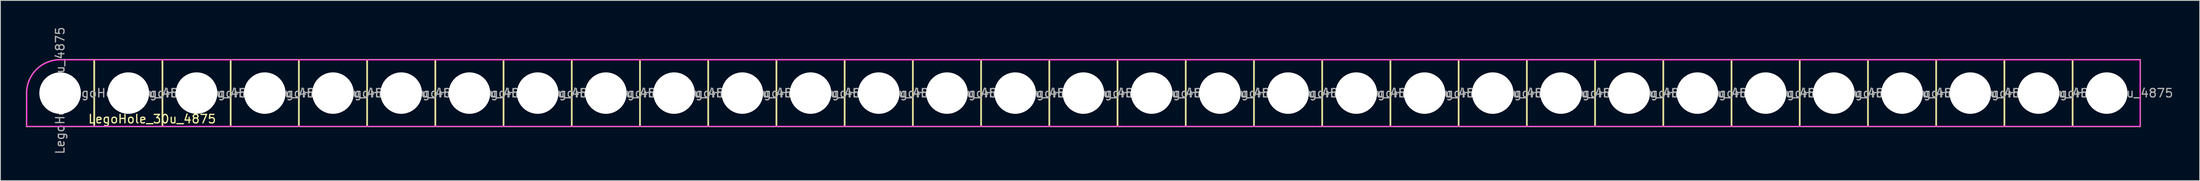
<source format=kicad_pcb>
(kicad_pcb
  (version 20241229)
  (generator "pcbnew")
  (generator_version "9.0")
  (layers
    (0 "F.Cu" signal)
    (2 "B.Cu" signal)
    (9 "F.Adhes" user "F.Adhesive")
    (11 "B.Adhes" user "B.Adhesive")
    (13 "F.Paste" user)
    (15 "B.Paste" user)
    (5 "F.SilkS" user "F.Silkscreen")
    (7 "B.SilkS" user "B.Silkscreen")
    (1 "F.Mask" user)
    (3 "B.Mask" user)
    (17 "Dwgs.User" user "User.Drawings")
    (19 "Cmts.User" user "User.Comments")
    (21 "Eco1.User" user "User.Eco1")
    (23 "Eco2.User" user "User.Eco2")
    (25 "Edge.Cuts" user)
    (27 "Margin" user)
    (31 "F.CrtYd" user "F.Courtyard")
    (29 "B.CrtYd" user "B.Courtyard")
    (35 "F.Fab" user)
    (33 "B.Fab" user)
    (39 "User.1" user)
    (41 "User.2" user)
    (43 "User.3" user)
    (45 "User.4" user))
  (footprint "LegoHole_30u_4875"
    (layer "F.Cu")
    (at 12 7.901)
    (property "Reference" "LegoHole_30u_4875" (at 2.794 3.048 0) (layer "F.SilkS") (effects (font (size 1 1) (thickness 0.15))))
    (attr exclude_from_pos_files exclude_from_bom)
    (fp_line (start -11.95 0) (end -11.95 3.95) (stroke (width 0.1) (type solid)) (layer "F.SilkS"))
    (fp_line (start -11.95 3.95) (end -4.05 3.95) (stroke (width 0.1) (type solid)) (layer "F.SilkS"))
    (fp_line (start -8 -3.95) (end -4.05 -3.95) (stroke (width 0.1) (type solid)) (layer "F.SilkS"))
    (fp_line (start -4.05 3.95) (end -4.05 -3.95) (stroke (width 0.1) (type solid)) (layer "F.SilkS"))
    (fp_rect (start -3.95 -3.95) (end 3.95 3.95) (stroke (width 0.1) (type solid)) (fill no) (layer "F.SilkS"))
    (fp_rect (start 4.05 -3.95) (end 11.95 3.95) (stroke (width 0.1) (type solid)) (fill no) (layer "F.SilkS"))
    (fp_rect (start 12.05 -3.95) (end 19.95 3.95) (stroke (width 0.1) (type solid)) (fill no) (layer "F.SilkS"))
    (fp_rect (start 20.05 -3.95) (end 27.95 3.95) (stroke (width 0.1) (type solid)) (fill no) (layer "F.SilkS"))
    (fp_rect (start 28.05 -3.95) (end 35.95 3.95) (stroke (width 0.1) (type solid)) (fill no) (layer "F.SilkS"))
    (fp_rect (start 36.05 -3.95) (end 43.95 3.95) (stroke (width 0.1) (type solid)) (fill no) (layer "F.SilkS"))
    (fp_rect (start 44.05 -3.95) (end 51.95 3.95) (stroke (width 0.1) (type solid)) (fill no) (layer "F.SilkS"))
    (fp_rect (start 52.05 -3.95) (end 59.95 3.95) (stroke (width 0.1) (type solid)) (fill no) (layer "F.SilkS"))
    (fp_rect (start 60.05 -3.95) (end 67.95 3.95) (stroke (width 0.1) (type solid)) (fill no) (layer "F.SilkS"))
    (fp_rect (start 68.05 -3.95) (end 75.95 3.95) (stroke (width 0.1) (type solid)) (fill no) (layer "F.SilkS"))
    (fp_rect (start 76.05 -3.95) (end 83.95 3.95) (stroke (width 0.1) (type solid)) (fill no) (layer "F.SilkS"))
    (fp_rect (start 84.05 -3.95) (end 91.95 3.95) (stroke (width 0.1) (type solid)) (fill no) (layer "F.SilkS"))
    (fp_rect (start 92.05 -3.95) (end 99.95 3.95) (stroke (width 0.1) (type solid)) (fill no) (layer "F.SilkS"))
    (fp_rect (start 100.05 -3.95) (end 107.95 3.95) (stroke (width 0.1) (type solid)) (fill no) (layer "F.SilkS"))
    (fp_rect (start 108.05 -3.95) (end 115.95 3.95) (stroke (width 0.1) (type solid)) (fill no) (layer "F.SilkS"))
    (fp_rect (start 116.05 -3.95) (end 123.95 3.95) (stroke (width 0.1) (type solid)) (fill no) (layer "F.SilkS"))
    (fp_rect (start 124.05 -3.95) (end 131.95 3.95) (stroke (width 0.1) (type solid)) (fill no) (layer "F.SilkS"))
    (fp_rect (start 132.05 -3.95) (end 139.95 3.95) (stroke (width 0.1) (type solid)) (fill no) (layer "F.SilkS"))
    (fp_rect (start 140.05 -3.95) (end 147.95 3.95) (stroke (width 0.1) (type solid)) (fill no) (layer "F.SilkS"))
    (fp_rect (start 148.05 -3.95) (end 155.95 3.95) (stroke (width 0.1) (type solid)) (fill no) (layer "F.SilkS"))
    (fp_rect (start 156.05 -3.95) (end 163.95 3.95) (stroke (width 0.1) (type solid)) (fill no) (layer "F.SilkS"))
    (fp_rect (start 164.05 -3.95) (end 171.95 3.95) (stroke (width 0.1) (type solid)) (fill no) (layer "F.SilkS"))
    (fp_rect (start 172.05 -3.95) (end 179.95 3.95) (stroke (width 0.1) (type solid)) (fill no) (layer "F.SilkS"))
    (fp_rect (start 180.05 -3.95) (end 187.95 3.95) (stroke (width 0.1) (type solid)) (fill no) (layer "F.SilkS"))
    (fp_rect (start 188.05 -3.95) (end 195.95 3.95) (stroke (width 0.1) (type solid)) (fill no) (layer "F.SilkS"))
    (fp_rect (start 196.05 -3.95) (end 203.95 3.95) (stroke (width 0.1) (type solid)) (fill no) (layer "F.SilkS"))
    (fp_rect (start 204.05 -3.95) (end 211.95 3.95) (stroke (width 0.1) (type solid)) (fill no) (layer "F.SilkS"))
    (fp_rect (start 212.05 -3.95) (end 219.95 3.95) (stroke (width 0.1) (type solid)) (fill no) (layer "F.SilkS"))
    (fp_rect (start 220.05 -3.95) (end 227.95 3.95) (stroke (width 0.1) (type solid)) (fill no) (layer "F.SilkS"))
    (fp_rect (start 228.05 -3.95) (end 235.95 3.95) (stroke (width 0.1) (type solid)) (fill no) (layer "F.SilkS"))
    (fp_arc (start -11.95 0) (mid -10.793072 -2.793072) (end -8 -3.95) (stroke (width 0.1) (type solid)) (layer "F.SilkS"))
    (fp_line (start -11.9 3.9) (end -11.9 0) (stroke (width 0.12) (type solid)) (layer "F.CrtYd"))
    (fp_line (start -11.9 3.9) (end 235.9 3.9) (stroke (width 0.12) (type solid)) (layer "F.CrtYd"))
    (fp_line (start 235.9 -3.9) (end -8 -3.9) (stroke (width 0.12) (type solid)) (layer "F.CrtYd"))
    (fp_line (start 235.9 -3.9) (end 235.9 3.9) (stroke (width 0.12) (type solid)) (layer "F.CrtYd"))
    (fp_arc (start -11.9 0) (mid -10.757716 -2.757716) (end -8 -3.9) (stroke (width 0.12) (type solid)) (layer "F.CrtYd"))
    (fp_text user "${REFERENCE}" (at 112.3 0 0) (layer "F.Fab") (effects (font (size 1 1) (thickness 0.15))))
    (fp_text user "${REFERENCE}" (at 80.3 0 0) (layer "F.Fab") (effects (font (size 1 1) (thickness 0.15))))
    (fp_text user "${REFERENCE}" (at 0.3 0 0) (layer "F.Fab") (effects (font (size 1 1) (thickness 0.15))))
    (fp_text user "${REFERENCE}" (at 104.3 0 0) (layer "F.Fab") (effects (font (size 1 1) (thickness 0.15))))
    (fp_text user "${REFERENCE}" (at 192.3 0 0) (layer "F.Fab") (effects (font (size 1 1) (thickness 0.15))))
    (fp_text user "${REFERENCE}" (at 24.3 0 0) (layer "F.Fab") (effects (font (size 1 1) (thickness 0.15))))
    (fp_text user "${REFERENCE}" (at 40.3 0 0) (layer "F.Fab") (effects (font (size 1 1) (thickness 0.15))))
    (fp_text user "${REFERENCE}" (at 120.3 0 0) (layer "F.Fab") (effects (font (size 1 1) (thickness 0.15))))
    (fp_text user "${REFERENCE}" (at 232.3 0 0) (layer "F.Fab") (effects (font (size 1 1) (thickness 0.15))))
    (fp_text user "${REFERENCE}" (at 64.3 0 0) (layer "F.Fab") (effects (font (size 1 1) (thickness 0.15))))
    (fp_text user "${REFERENCE}" (at 152.3 0 0) (layer "F.Fab") (effects (font (size 1 1) (thickness 0.15))))
    (fp_text user "${REFERENCE}" (at 72.3 0 0) (layer "F.Fab") (effects (font (size 1 1) (thickness 0.15))))
    (fp_text user "${REFERENCE}" (at 224.3 0 0) (layer "F.Fab") (effects (font (size 1 1) (thickness 0.15))))
    (fp_text user "${REFERENCE}" (at 136.3 0 0) (layer "F.Fab") (effects (font (size 1 1) (thickness 0.15))))
    (fp_text user "${REFERENCE}" (at 32.3 0 0) (layer "F.Fab") (effects (font (size 1 1) (thickness 0.15))))
    (fp_text user "${REFERENCE}" (at 144.3 0 0) (layer "F.Fab") (effects (font (size 1 1) (thickness 0.15))))
    (fp_text user "${REFERENCE}" (at 16.3 0 0) (layer "F.Fab") (effects (font (size 1 1) (thickness 0.15))))
    (fp_text user "${REFERENCE}" (at 176.3 0 0) (layer "F.Fab") (effects (font (size 1 1) (thickness 0.15))))
    (fp_text user "${REFERENCE}" (at 128.3 0 0) (layer "F.Fab") (effects (font (size 1 1) (thickness 0.15))))
    (fp_text user "${REFERENCE}" (at 48.3 0 0) (layer "F.Fab") (effects (font (size 1 1) (thickness 0.15))))
    (fp_text user "${REFERENCE}" (at -8 -0.3 90) (layer "F.Fab") (effects (font (size 1 1) (thickness 0.15))))
    (fp_text user "${REFERENCE}" (at 8.3 0 0) (layer "F.Fab") (effects (font (size 1 1) (thickness 0.15))))
    (fp_text user "${REFERENCE}" (at 168.3 0 0) (layer "F.Fab") (effects (font (size 1 1) (thickness 0.15))))
    (fp_text user "${REFERENCE}" (at 56.3 0 0) (layer "F.Fab") (effects (font (size 1 1) (thickness 0.15))))
    (fp_text user "${REFERENCE}" (at 208.3 0 0) (layer "F.Fab") (effects (font (size 1 1) (thickness 0.15))))
    (fp_text user "${REFERENCE}" (at 200.3 0 0) (layer "F.Fab") (effects (font (size 1 1) (thickness 0.15))))
    (fp_text user "${REFERENCE}" (at 88.3 0 0) (layer "F.Fab") (effects (font (size 1 1) (thickness 0.15))))
    (fp_text user "${REFERENCE}" (at 160.3 0 0) (layer "F.Fab") (effects (font (size 1 1) (thickness 0.15))))
    (fp_text user "${REFERENCE}" (at 216.3 0 0) (layer "F.Fab") (effects (font (size 1 1) (thickness 0.15))))
    (fp_text user "${REFERENCE}" (at 184.3 0 0) (layer "F.Fab") (effects (font (size 1 1) (thickness 0.15))))
    (fp_text user "${REFERENCE}" (at 96.3 0 0) (layer "F.Fab") (effects (font (size 1 1) (thickness 0.15))))
    (pad "" np_thru_hole circle (at -8 0 90) (size 4.875 4.875) (drill 4.875) (layers "*.Cu" "*.Mask"))
    (pad "" np_thru_hole circle (at 0 0) (size 4.875 4.875) (drill 4.875) (layers "*.Cu" "*.Mask"))
    (pad "" np_thru_hole circle (at 8 0) (size 4.875 4.875) (drill 4.875) (layers "*.Cu" "*.Mask"))
    (pad "" np_thru_hole circle (at 16 0) (size 4.875 4.875) (drill 4.875) (layers "*.Cu" "*.Mask"))
    (pad "" np_thru_hole circle (at 24 0) (size 4.875 4.875) (drill 4.875) (layers "*.Cu" "*.Mask"))
    (pad "" np_thru_hole circle (at 32 0) (size 4.875 4.875) (drill 4.875) (layers "*.Cu" "*.Mask"))
    (pad "" np_thru_hole circle (at 40 0) (size 4.875 4.875) (drill 4.875) (layers "*.Cu" "*.Mask"))
    (pad "" np_thru_hole circle (at 48 0) (size 4.875 4.875) (drill 4.875) (layers "*.Cu" "*.Mask"))
    (pad "" np_thru_hole circle (at 56 0) (size 4.875 4.875) (drill 4.875) (layers "*.Cu" "*.Mask"))
    (pad "" np_thru_hole circle (at 64 0) (size 4.875 4.875) (drill 4.875) (layers "*.Cu" "*.Mask"))
    (pad "" np_thru_hole circle (at 72 0) (size 4.875 4.875) (drill 4.875) (layers "*.Cu" "*.Mask"))
    (pad "" np_thru_hole circle (at 80 0) (size 4.875 4.875) (drill 4.875) (layers "*.Cu" "*.Mask"))
    (pad "" np_thru_hole circle (at 88 0) (size 4.875 4.875) (drill 4.875) (layers "*.Cu" "*.Mask"))
    (pad "" np_thru_hole circle (at 96 0) (size 4.875 4.875) (drill 4.875) (layers "*.Cu" "*.Mask"))
    (pad "" np_thru_hole circle (at 104 0) (size 4.875 4.875) (drill 4.875) (layers "*.Cu" "*.Mask"))
    (pad "" np_thru_hole circle (at 112 0) (size 4.875 4.875) (drill 4.875) (layers "*.Cu" "*.Mask"))
    (pad "" np_thru_hole circle (at 120 0) (size 4.875 4.875) (drill 4.875) (layers "*.Cu" "*.Mask"))
    (pad "" np_thru_hole circle (at 128 0) (size 4.875 4.875) (drill 4.875) (layers "*.Cu" "*.Mask"))
    (pad "" np_thru_hole circle (at 136 0) (size 4.875 4.875) (drill 4.875) (layers "*.Cu" "*.Mask"))
    (pad "" np_thru_hole circle (at 144 0) (size 4.875 4.875) (drill 4.875) (layers "*.Cu" "*.Mask"))
    (pad "" np_thru_hole circle (at 152 0) (size 4.875 4.875) (drill 4.875) (layers "*.Cu" "*.Mask"))
    (pad "" np_thru_hole circle (at 160 0) (size 4.875 4.875) (drill 4.875) (layers "*.Cu" "*.Mask"))
    (pad "" np_thru_hole circle (at 168 0) (size 4.875 4.875) (drill 4.875) (layers "*.Cu" "*.Mask"))
    (pad "" np_thru_hole circle (at 176 0) (size 4.875 4.875) (drill 4.875) (layers "*.Cu" "*.Mask"))
    (pad "" np_thru_hole circle (at 184 0) (size 4.875 4.875) (drill 4.875) (layers "*.Cu" "*.Mask"))
    (pad "" np_thru_hole circle (at 192 0) (size 4.875 4.875) (drill 4.875) (layers "*.Cu" "*.Mask"))
    (pad "" np_thru_hole circle (at 200 0) (size 4.875 4.875) (drill 4.875) (layers "*.Cu" "*.Mask"))
    (pad "" np_thru_hole circle (at 208 0) (size 4.875 4.875) (drill 4.875) (layers "*.Cu" "*.Mask"))
    (pad "" np_thru_hole circle (at 216 0) (size 4.875 4.875) (drill 4.875) (layers "*.Cu" "*.Mask"))
    (pad "" np_thru_hole circle (at 224 0) (size 4.875 4.875) (drill 4.875) (layers "*.Cu" "*.Mask"))
    (pad "" np_thru_hole circle (at 232 0) (size 4.875 4.875) (drill 4.875) (layers "*.Cu" "*.Mask")))
  (gr_rect
    (start -3 -3)
    (end 254.901 18.202)
    (stroke (width 0.1) (type default))
    (fill no)
    (layer "Edge.Cuts")))
</source>
